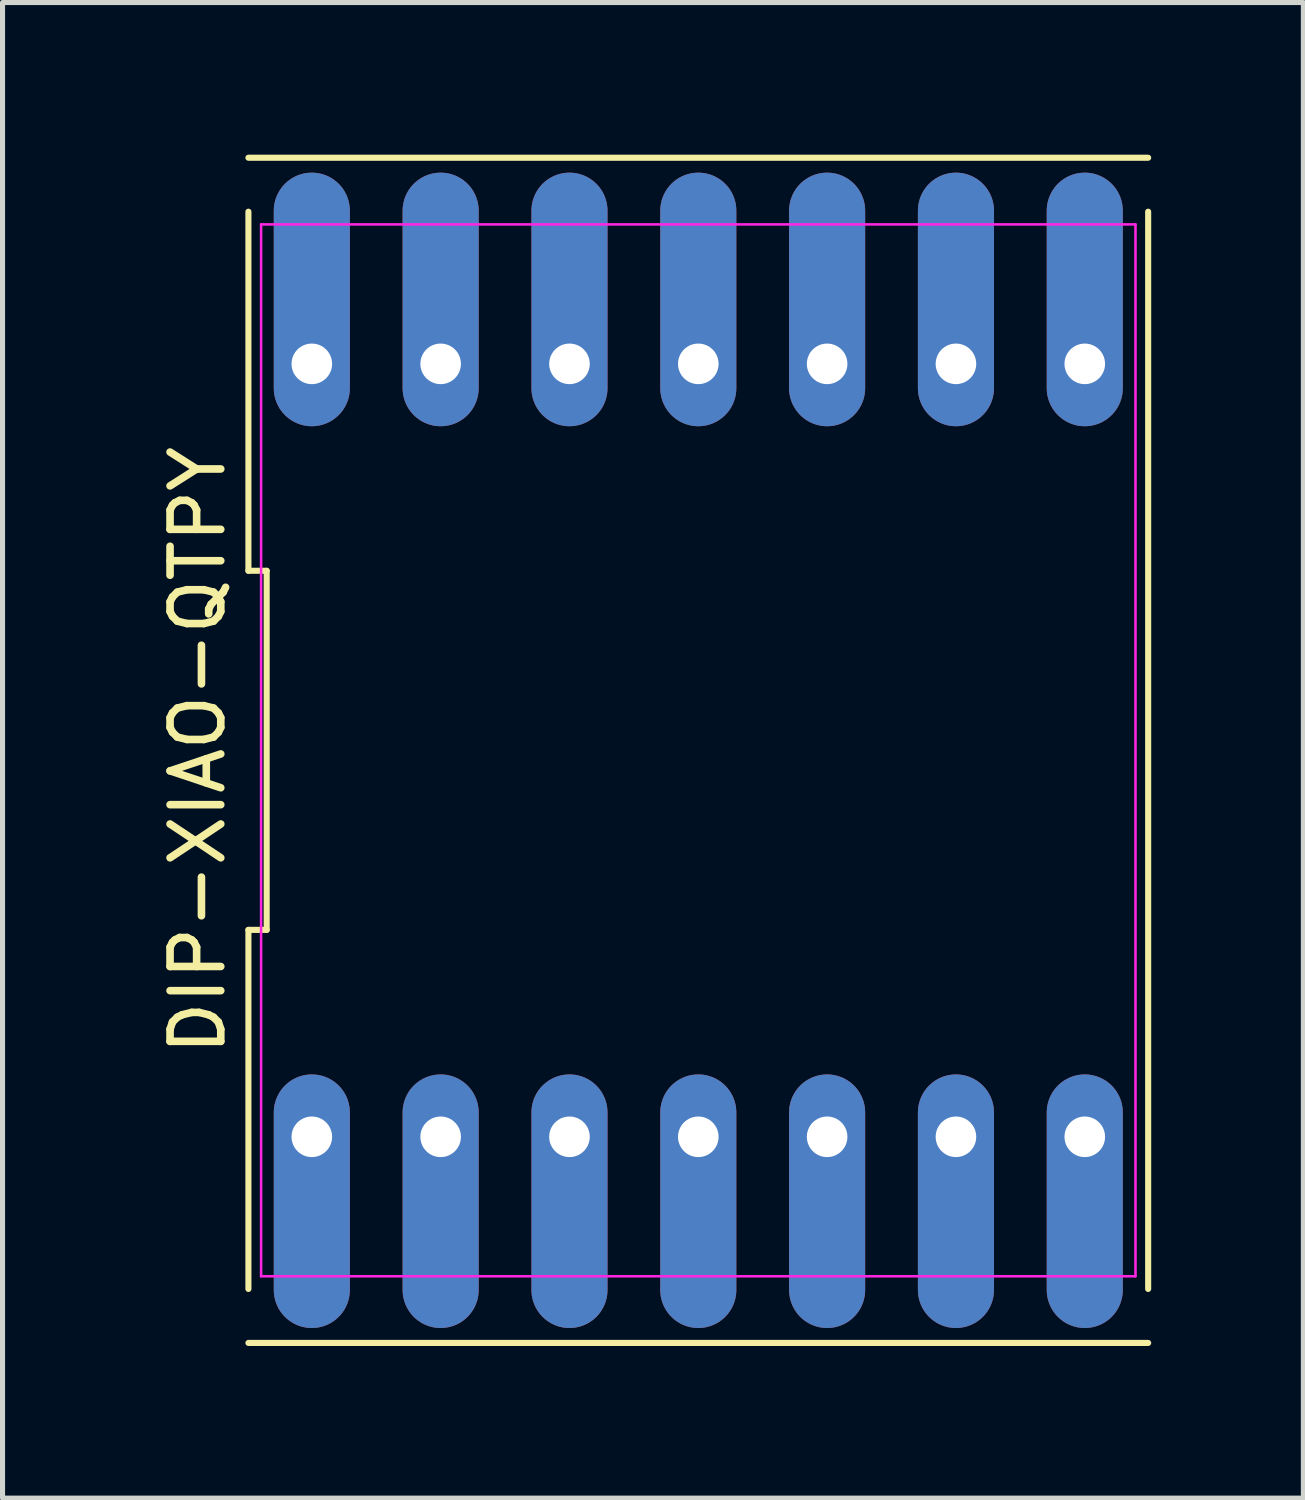
<source format=kicad_pcb>
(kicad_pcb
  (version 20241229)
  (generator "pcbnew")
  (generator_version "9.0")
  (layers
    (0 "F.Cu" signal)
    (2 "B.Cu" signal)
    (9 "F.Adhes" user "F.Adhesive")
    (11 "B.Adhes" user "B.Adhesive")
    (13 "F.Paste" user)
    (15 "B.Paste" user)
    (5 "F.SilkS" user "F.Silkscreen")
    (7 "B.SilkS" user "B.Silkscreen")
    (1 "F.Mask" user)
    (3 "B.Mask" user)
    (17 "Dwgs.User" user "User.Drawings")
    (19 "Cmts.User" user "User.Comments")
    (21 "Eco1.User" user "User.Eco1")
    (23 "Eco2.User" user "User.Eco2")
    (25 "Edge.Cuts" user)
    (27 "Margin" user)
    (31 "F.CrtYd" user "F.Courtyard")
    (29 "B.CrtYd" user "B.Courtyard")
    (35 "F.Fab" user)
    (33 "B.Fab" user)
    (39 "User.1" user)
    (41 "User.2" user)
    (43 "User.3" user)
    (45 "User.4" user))
  (footprint "DIP-XIAO-QTPY"
    (layer "F.Cu")
    (at 10.718 11.744)
    (property "Reference" "DIP-XIAO-QTPY" (at -9.87 0 90) (layer "F.SilkS") (effects (font (size 1 1) (thickness 0.15))))
    (fp_line (start -8.87 -10.62) (end -8.87 -3.54) (stroke (width 0.12) (type solid)) (layer "F.SilkS"))
    (fp_line (start -8.87 -3.54) (end -8.51 -3.54) (stroke (width 0.12) (type solid)) (layer "F.SilkS"))
    (fp_line (start -8.87 3.54) (end -8.87 10.62) (stroke (width 0.12) (type solid)) (layer "F.SilkS"))
    (fp_line (start -8.87 11.684) (end 8.87 11.684) (stroke (width 0.12) (type solid)) (layer "F.SilkS"))
    (fp_line (start -8.51 -3.54) (end -8.51 3.54) (stroke (width 0.12) (type solid)) (layer "F.SilkS"))
    (fp_line (start -8.51 3.54) (end -8.87 3.54) (stroke (width 0.12) (type solid)) (layer "F.SilkS"))
    (fp_line (start 8.87 -11.684) (end -8.87 -11.684) (stroke (width 0.12) (type solid)) (layer "F.SilkS"))
    (fp_line (start 8.87 10.62) (end 8.87 -10.62) (stroke (width 0.12) (type solid)) (layer "F.SilkS"))
    (fp_line (start -8.62 -10.37) (end 8.62 -10.37) (stroke (width 0.05) (type solid)) (layer "F.CrtYd"))
    (fp_line (start -8.62 10.37) (end -8.62 -10.37) (stroke (width 0.05) (type solid)) (layer "F.CrtYd"))
    (fp_line (start 8.62 -10.37) (end 8.62 10.37) (stroke (width 0.05) (type solid)) (layer "F.CrtYd"))
    (fp_line (start 8.62 10.37) (end -8.62 10.37) (stroke (width 0.05) (type solid)) (layer "F.CrtYd"))
    (pad "1" thru_hole oval (at -7.62 7.62) (size 1.5 5) (drill 0.8 (offset 0 1.27)) (layers "*.Cu" "*.Mask"))
    (pad "2" thru_hole oval (at -5.08 7.62) (size 1.5 5) (drill 0.8 (offset 0 1.27)) (layers "*.Cu" "*.Mask"))
    (pad "3" thru_hole oval (at -2.54 7.62) (size 1.5 5) (drill 0.8 (offset 0 1.27)) (layers "*.Cu" "*.Mask"))
    (pad "4" thru_hole oval (at 0 7.62) (size 1.5 5) (drill 0.8 (offset 0 1.27)) (layers "*.Cu" "*.Mask"))
    (pad "5" thru_hole oval (at 2.54 7.62) (size 1.5 5) (drill 0.8 (offset 0 1.27)) (layers "*.Cu" "*.Mask"))
    (pad "6" thru_hole oval (at 5.08 7.62) (size 1.5 5) (drill 0.8 (offset 0 1.27)) (layers "*.Cu" "*.Mask"))
    (pad "7" thru_hole oval (at 7.62 7.62) (size 1.5 5) (drill 0.8 (offset 0 1.27)) (layers "*.Cu" "*.Mask"))
    (pad "8" thru_hole oval (at 7.62 -7.62 180) (size 1.5 5) (drill 0.8 (offset 0 1.27)) (layers "*.Cu" "*.Mask"))
    (pad "9" thru_hole oval (at 5.08 -7.62 180) (size 1.5 5) (drill 0.8 (offset 0 1.27)) (layers "*.Cu" "*.Mask"))
    (pad "10" thru_hole oval (at 2.54 -7.62 180) (size 1.5 5) (drill 0.8 (offset 0 1.27)) (layers "*.Cu" "*.Mask"))
    (pad "11" thru_hole oval (at 0 -7.62 180) (size 1.5 5) (drill 0.8 (offset 0 1.27)) (layers "*.Cu" "*.Mask"))
    (pad "12" thru_hole oval (at -2.54 -7.62 180) (size 1.5 5) (drill 0.8 (offset 0 1.27)) (layers "*.Cu" "*.Mask"))
    (pad "13" thru_hole oval (at -5.08 -7.62 180) (size 1.5 5) (drill 0.8 (offset 0 1.27)) (layers "*.Cu" "*.Mask"))
    (pad "14" thru_hole oval (at -7.62 -7.62 180) (size 1.5 5) (drill 0.8 (offset 0 1.27)) (layers "*.Cu" "*.Mask")))
  (gr_rect
    (start -3 -3)
    (end 22.648 26.488)
    (stroke (width 0.1) (type default))
    (fill no)
    (layer "Edge.Cuts")))
</source>
